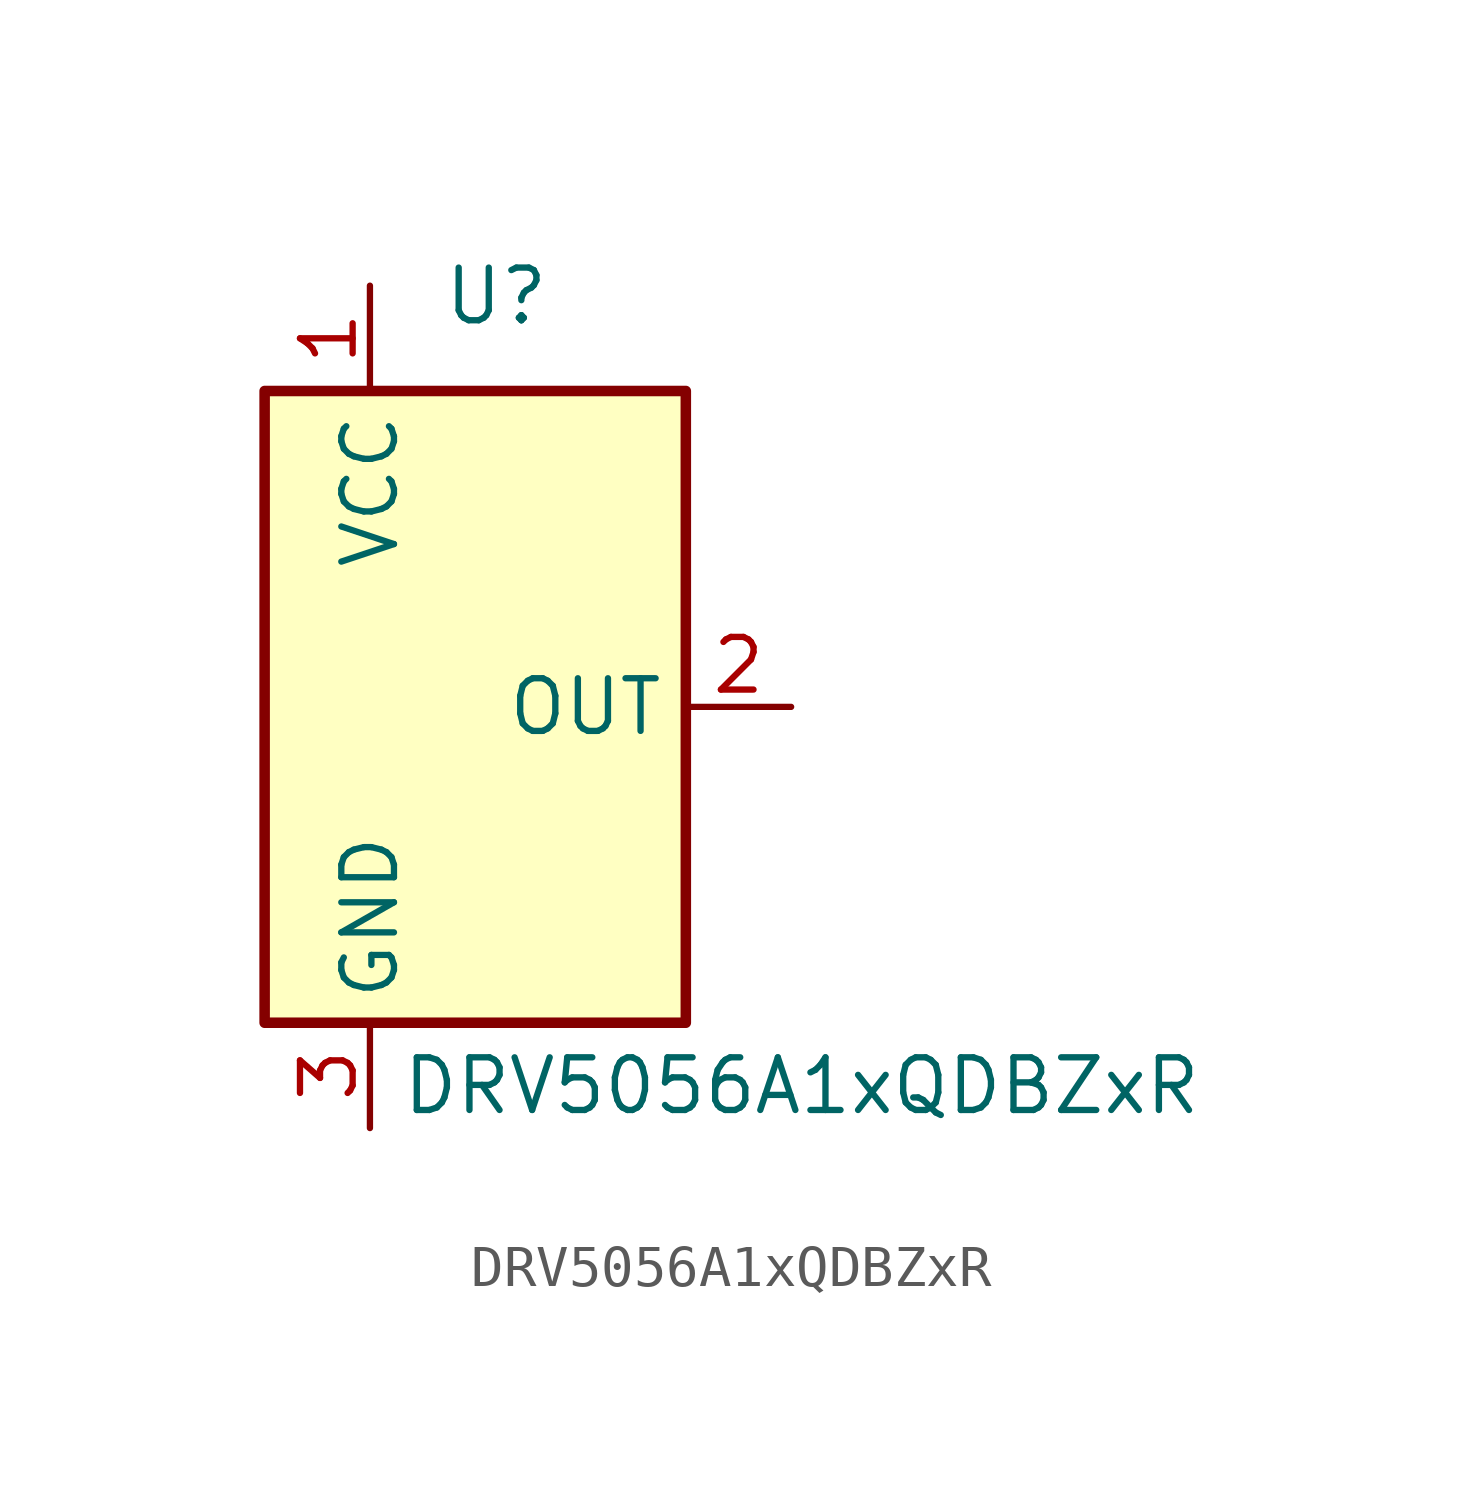
<source format=kicad_sym>
(kicad_symbol_lib
  (version 20231120)
  (generator "kicad_symbol_editor")
  (generator_version "8.0")
  (symbol "DRV5056A1xQDBZxR"
    (property "Reference" "U"
      (at 0.508 9.906 0)
      (effects (font (size 1.27 1.27))))
    (property "Value" "DRV5056A1xQDBZxR"
      (at 7.874 -9.144 0)
      (effects (font (size 1.27 1.27))))
    (symbol "DRV5056A1xQDBZxR_1_1"
      (rectangle (start -5.08 7.62) (end 5.08 -7.62) (stroke (width 0.254) (type default)) (fill (type background)))
      (pin power_in line (at -2.54 10.16 270) (length 2.54) (name "VCC" (effects (font (size 1.27 1.27)))) (number "1" (effects (font (size 1.27 1.27)))))
      (pin output line (at 7.62 0 180) (length 2.54) (name "OUT" (effects (font (size 1.27 1.27)))) (number "2" (effects (font (size 1.27 1.27)))))
      (pin power_in line (at -2.54 -10.16 90) (length 2.54) (name "GND" (effects (font (size 1.27 1.27)))) (number "3" (effects (font (size 1.27 1.27))))))))
</source>
